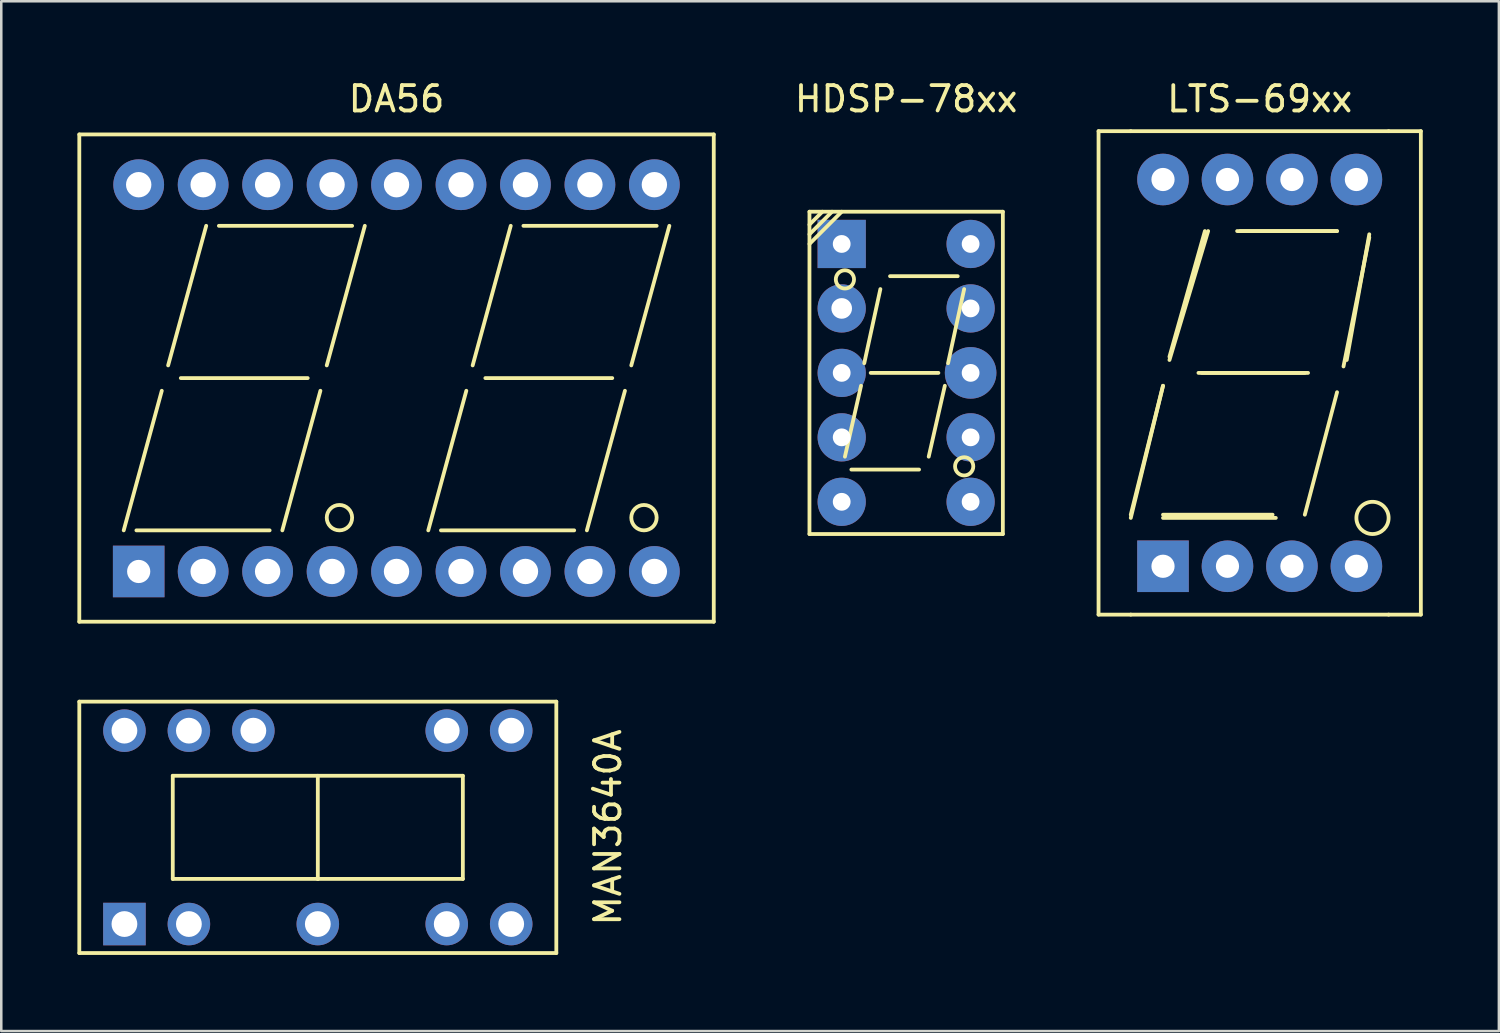
<source format=kicad_pcb>
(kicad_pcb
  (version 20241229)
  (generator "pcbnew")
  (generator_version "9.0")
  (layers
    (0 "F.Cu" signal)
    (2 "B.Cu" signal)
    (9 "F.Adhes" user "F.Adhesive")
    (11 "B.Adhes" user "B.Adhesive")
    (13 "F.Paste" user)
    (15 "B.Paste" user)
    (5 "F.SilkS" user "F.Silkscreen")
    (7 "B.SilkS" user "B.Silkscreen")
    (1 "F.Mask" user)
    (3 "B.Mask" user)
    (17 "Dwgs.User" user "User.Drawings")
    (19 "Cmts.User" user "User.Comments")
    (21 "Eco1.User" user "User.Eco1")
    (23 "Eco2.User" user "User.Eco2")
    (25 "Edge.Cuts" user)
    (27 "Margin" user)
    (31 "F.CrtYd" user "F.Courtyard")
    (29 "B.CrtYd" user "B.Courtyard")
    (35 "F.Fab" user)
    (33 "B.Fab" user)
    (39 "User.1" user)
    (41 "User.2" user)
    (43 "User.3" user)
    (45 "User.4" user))
  (footprint "MAN3640A"
    (layer "F.Cu")
    (at 9.473 29.551)
    (property "Reference" "MAN3640A" (at 11.43 0 90) (layer "F.SilkS") (effects (font (size 1 1) (thickness 0.15))))
    (attr through_hole)
    (fp_line (start -9.398 -4.953) (end -9.398 4.953) (stroke (width 0.15) (type solid)) (layer "F.SilkS"))
    (fp_line (start -9.398 4.953) (end 9.398 4.953) (stroke (width 0.15) (type solid)) (layer "F.SilkS"))
    (fp_line (start -5.715 -2.032) (end 5.715 -2.032) (stroke (width 0.15) (type solid)) (layer "F.SilkS"))
    (fp_line (start -5.715 2.032) (end -5.715 -2.032) (stroke (width 0.15) (type solid)) (layer "F.SilkS"))
    (fp_line (start 0 2.032) (end -5.715 2.032) (stroke (width 0.15) (type solid)) (layer "F.SilkS"))
    (fp_line (start 0 2.032) (end 0 -2.032) (stroke (width 0.15) (type solid)) (layer "F.SilkS"))
    (fp_line (start 5.715 -2.032) (end 5.715 2.032) (stroke (width 0.15) (type solid)) (layer "F.SilkS"))
    (fp_line (start 5.715 2.032) (end 0 2.032) (stroke (width 0.15) (type solid)) (layer "F.SilkS"))
    (fp_line (start 9.398 -4.953) (end -9.398 -4.953) (stroke (width 0.15) (type solid)) (layer "F.SilkS"))
    (fp_line (start 9.398 4.953) (end 9.398 -4.953) (stroke (width 0.15) (type solid)) (layer "F.SilkS"))
    (pad "1" thru_hole rect (at -7.62 3.81) (size 1.676 1.676) (drill 1.016) (layers "*.Cu" "*.Mask"))
    (pad "2" thru_hole circle (at -5.08 3.81) (size 1.676 1.676) (drill 1.016) (layers "*.Cu" "*.Mask"))
    (pad "4" thru_hole circle (at 0 3.81) (size 1.676 1.676) (drill 1.016) (layers "*.Cu" "*.Mask"))
    (pad "6" thru_hole circle (at 5.08 3.81) (size 1.676 1.676) (drill 1.016) (layers "*.Cu" "*.Mask"))
    (pad "7" thru_hole circle (at 7.62 3.81) (size 1.676 1.676) (drill 1.016) (layers "*.Cu" "*.Mask"))
    (pad "8" thru_hole circle (at 7.62 -3.81) (size 1.676 1.676) (drill 1.016) (layers "*.Cu" "*.Mask"))
    (pad "9" thru_hole circle (at 5.08 -3.81) (size 1.676 1.676) (drill 1.016) (layers "*.Cu" "*.Mask"))
    (pad "12" thru_hole circle (at -2.54 -3.81) (size 1.676 1.676) (drill 1.016) (layers "*.Cu" "*.Mask"))
    (pad "13" thru_hole circle (at -5.08 -3.81) (size 1.676 1.676) (drill 1.016) (layers "*.Cu" "*.Mask"))
    (pad "14" thru_hole circle (at -7.62 -3.81) (size 1.676 1.676) (drill 1.016) (layers "*.Cu" "*.Mask")))
  (footprint "LTS-69xx"
    (layer "F.Cu")
    (at 46.587 11.643)
    (property "Reference" "LTS-69xx" (at 0 -10.795 0) (layer "F.SilkS") (effects (font (size 1 1) (thickness 0.15))))
    (attr through_hole)
    (fp_line (start -6.35 -9.525) (end -6.35 9.525) (stroke (width 0.15) (type solid)) (layer "F.SilkS"))
    (fp_line (start -6.35 9.525) (end -5.08 9.525) (stroke (width 0.15) (type solid)) (layer "F.SilkS"))
    (fp_line (start -5.08 -9.525) (end -6.35 -9.525) (stroke (width 0.15) (type solid)) (layer "F.SilkS"))
    (fp_line (start -5.08 9.525) (end 5.08 9.525) (stroke (width 0.15) (type solid)) (layer "F.SilkS"))
    (fp_line (start -3.81 0.508) (end -5.08 5.588) (stroke (width 0.15) (type solid)) (layer "F.SilkS"))
    (fp_line (start -3.81 0.508) (end -5.08 5.715) (stroke (width 0.15) (type solid)) (layer "F.SilkS"))
    (fp_line (start -3.81 5.588) (end 0.508 5.588) (stroke (width 0.15) (type solid)) (layer "F.SilkS"))
    (fp_line (start -3.81 5.715) (end 0.635 5.715) (stroke (width 0.15) (type solid)) (layer "F.SilkS"))
    (fp_line (start -3.556 -0.635) (end -2.159 -5.588) (stroke (width 0.15) (type solid)) (layer "F.SilkS"))
    (fp_line (start -2.413 0) (end 1.905 0) (stroke (width 0.15) (type solid)) (layer "F.SilkS"))
    (fp_line (start -2.286 0) (end 1.778 0) (stroke (width 0.15) (type solid)) (layer "F.SilkS"))
    (fp_line (start -2.032 -5.588) (end -3.556 -0.508) (stroke (width 0.15) (type solid)) (layer "F.SilkS"))
    (fp_line (start -0.889 -5.588) (end 3.048 -5.588) (stroke (width 0.15) (type solid)) (layer "F.SilkS"))
    (fp_line (start -0.762 -5.588) (end 3.048 -5.588) (stroke (width 0.15) (type solid)) (layer "F.SilkS"))
    (fp_line (start 3.048 0.762) (end 1.778 5.588) (stroke (width 0.15) (type solid)) (layer "F.SilkS"))
    (fp_line (start 3.429 -0.508) (end 4.318 -5.461) (stroke (width 0.15) (type solid)) (layer "F.SilkS"))
    (fp_line (start 4.318 -5.334) (end 3.302 -0.254) (stroke (width 0.15) (type solid)) (layer "F.SilkS"))
    (fp_line (start 5.08 -9.525) (end -5.08 -9.525) (stroke (width 0.15) (type solid)) (layer "F.SilkS"))
    (fp_line (start 5.08 9.525) (end 6.35 9.525) (stroke (width 0.15) (type solid)) (layer "F.SilkS"))
    (fp_line (start 6.35 -9.525) (end 5.08 -9.525) (stroke (width 0.15) (type solid)) (layer "F.SilkS"))
    (fp_line (start 6.35 9.525) (end 6.35 -9.525) (stroke (width 0.15) (type solid)) (layer "F.SilkS"))
    (fp_circle (center 4.445 5.715) (end 5.08 5.715) (stroke (width 0.15) (type solid)) (fill no) (layer "F.SilkS"))
    (pad "1" thru_hole rect (at -3.81 7.62) (size 2.032 2.032) (drill 0.914) (layers "*.Cu" "*.Mask"))
    (pad "2" thru_hole circle (at -1.27 7.62) (size 2.032 2.032) (drill 0.914) (layers "*.Cu" "*.Mask"))
    (pad "3" thru_hole circle (at 1.27 7.62) (size 2.032 2.032) (drill 0.914) (layers "*.Cu" "*.Mask"))
    (pad "4" thru_hole circle (at 3.81 7.62) (size 2.032 2.032) (drill 0.914) (layers "*.Cu" "*.Mask"))
    (pad "5" thru_hole circle (at 3.81 -7.62) (size 2.032 2.032) (drill 0.914) (layers "*.Cu" "*.Mask"))
    (pad "6" thru_hole circle (at 1.27 -7.62) (size 2.032 2.032) (drill 0.914) (layers "*.Cu" "*.Mask"))
    (pad "7" thru_hole circle (at -1.27 -7.62) (size 2.032 2.032) (drill 0.914) (layers "*.Cu" "*.Mask"))
    (pad "8" thru_hole circle (at -3.81 -7.62) (size 2.032 2.032) (drill 0.914) (layers "*.Cu" "*.Mask")))
  (footprint "HDSP-78xx"
    (layer "F.Cu")
    (at 32.656 11.643)
    (property "Reference" "HDSP-78xx" (at 0 -10.795 0) (layer "F.SilkS") (effects (font (size 1 1) (thickness 0.15))))
    (attr through_hole)
    (fp_line (start -3.81 -6.35) (end -3.81 6.35) (stroke (width 0.15) (type solid)) (layer "F.SilkS"))
    (fp_line (start -3.81 -5.842) (end -3.302 -6.35) (stroke (width 0.15) (type solid)) (layer "F.SilkS"))
    (fp_line (start -3.81 -5.461) (end -2.921 -6.35) (stroke (width 0.15) (type solid)) (layer "F.SilkS"))
    (fp_line (start -3.81 -5.08) (end -2.54 -6.35) (stroke (width 0.15) (type solid)) (layer "F.SilkS"))
    (fp_line (start -3.81 6.35) (end 3.81 6.35) (stroke (width 0.15) (type solid)) (layer "F.SilkS"))
    (fp_line (start -2.413 3.302) (end -1.778 0.508) (stroke (width 0.15) (type solid)) (layer "F.SilkS"))
    (fp_line (start -2.159 3.81) (end 0.508 3.81) (stroke (width 0.15) (type solid)) (layer "F.SilkS"))
    (fp_line (start -1.651 -0.381) (end -1.016 -3.302) (stroke (width 0.15) (type solid)) (layer "F.SilkS"))
    (fp_line (start -1.397 0) (end 1.27 0) (stroke (width 0.15) (type solid)) (layer "F.SilkS"))
    (fp_line (start -0.635 -3.81) (end 2.032 -3.81) (stroke (width 0.15) (type solid)) (layer "F.SilkS"))
    (fp_line (start 0.889 3.302) (end 1.524 0.508) (stroke (width 0.15) (type solid)) (layer "F.SilkS"))
    (fp_line (start 1.651 -0.381) (end 2.286 -3.302) (stroke (width 0.15) (type solid)) (layer "F.SilkS"))
    (fp_line (start 3.81 -6.35) (end -3.81 -6.35) (stroke (width 0.15) (type solid)) (layer "F.SilkS"))
    (fp_line (start 3.81 6.35) (end 3.81 -6.35) (stroke (width 0.15) (type solid)) (layer "F.SilkS"))
    (fp_circle (center -2.413 -3.683) (end -2.159 -3.429) (stroke (width 0.15) (type solid)) (fill no) (layer "F.SilkS"))
    (fp_circle (center 2.286 3.683) (end 2.54 3.937) (stroke (width 0.15) (type solid)) (fill no) (layer "F.SilkS"))
    (pad "" thru_hole circle (at -2.54 -2.54) (size 1.397 1.397) (drill 0.813) (layers "*.Cu" "*.Mask"))
    (pad "1" thru_hole rect (at -2.54 -5.08) (size 1.9 1.9) (drill 0.701) (layers "*.Cu" "*.Mask"))
    (pad "2" thru_hole circle (at -2.54 -2.54) (size 1.9 1.9) (drill 0.701) (layers "*.Cu" "*.Mask"))
    (pad "3" thru_hole circle (at -2.54 0) (size 1.9 1.9) (drill 0.701) (layers "*.Cu" "*.Mask"))
    (pad "4" thru_hole circle (at -2.54 2.54) (size 1.9 1.9) (drill 0.701) (layers "*.Cu" "*.Mask"))
    (pad "5" thru_hole circle (at -2.54 5.08) (size 1.9 1.9) (drill 0.701) (layers "*.Cu" "*.Mask"))
    (pad "6" thru_hole circle (at 2.54 5.08) (size 1.9 1.9) (drill 0.701) (layers "*.Cu" "*.Mask"))
    (pad "7" thru_hole circle (at 2.54 2.54) (size 1.9 1.9) (drill 0.701) (layers "*.Cu" "*.Mask"))
    (pad "8" thru_hole circle (at 2.54 0) (size 2.032 2.032) (drill 0.701) (layers "*.Cu" "*.Mask"))
    (pad "9" thru_hole circle (at 2.54 -2.54) (size 1.9 1.9) (drill 0.701) (layers "*.Cu" "*.Mask"))
    (pad "10" thru_hole circle (at 2.54 -5.08) (size 1.9 1.9) (drill 0.701) (layers "*.Cu" "*.Mask")))
  (footprint "DA56"
    (layer "F.Cu")
    (at 12.575 11.848)
    (property "Reference" "DA56" (at 0 -11 0) (layer "F.SilkS") (effects (font (size 1 1) (thickness 0.15))))
    (attr through_hole)
    (fp_line (start -12.5 -9.6) (end 12.5 -9.6) (stroke (width 0.15) (type solid)) (layer "F.SilkS"))
    (fp_line (start -12.5 9.6) (end -12.5 -9.6) (stroke (width 0.15) (type solid)) (layer "F.SilkS"))
    (fp_line (start -10.75 6) (end -9.25 0.5) (stroke (width 0.15) (type solid)) (layer "F.SilkS"))
    (fp_line (start -10.25 6) (end -5 6) (stroke (width 0.15) (type solid)) (layer "F.SilkS"))
    (fp_line (start -9 -0.5) (end -7.5 -6) (stroke (width 0.15) (type solid)) (layer "F.SilkS"))
    (fp_line (start -8.5 0) (end -3.5 0) (stroke (width 0.15) (type solid)) (layer "F.SilkS"))
    (fp_line (start -7 -6) (end -1.75 -6) (stroke (width 0.15) (type solid)) (layer "F.SilkS"))
    (fp_line (start -4.5 6) (end -3 0.5) (stroke (width 0.15) (type solid)) (layer "F.SilkS"))
    (fp_line (start -2.75 -0.5) (end -1.25 -6) (stroke (width 0.15) (type solid)) (layer "F.SilkS"))
    (fp_line (start 1.25 6) (end 2.75 0.5) (stroke (width 0.15) (type solid)) (layer "F.SilkS"))
    (fp_line (start 1.75 6) (end 7 6) (stroke (width 0.15) (type solid)) (layer "F.SilkS"))
    (fp_line (start 3 -0.5) (end 4.5 -6) (stroke (width 0.15) (type solid)) (layer "F.SilkS"))
    (fp_line (start 3.5 0) (end 8.5 0) (stroke (width 0.15) (type solid)) (layer "F.SilkS"))
    (fp_line (start 5 -6) (end 10.25 -6) (stroke (width 0.15) (type solid)) (layer "F.SilkS"))
    (fp_line (start 7.5 6) (end 9 0.5) (stroke (width 0.15) (type solid)) (layer "F.SilkS"))
    (fp_line (start 9.25 -0.5) (end 10.75 -6) (stroke (width 0.15) (type solid)) (layer "F.SilkS"))
    (fp_line (start 12.5 -9.6) (end 12.5 9.6) (stroke (width 0.15) (type solid)) (layer "F.SilkS"))
    (fp_line (start 12.5 9.6) (end -12.5 9.6) (stroke (width 0.15) (type solid)) (layer "F.SilkS"))
    (fp_circle (center -2.25 5.5) (end -2.25 6) (stroke (width 0.15) (type solid)) (fill no) (layer "F.SilkS"))
    (fp_circle (center 9.75 5.5) (end 9.75 6) (stroke (width 0.15) (type solid)) (fill no) (layer "F.SilkS"))
    (pad "1" thru_hole rect (at -10.16 7.62) (size 2.032 2.032) (drill 0.914) (layers "*.Cu" "*.Mask"))
    (pad "2" thru_hole circle (at -7.62 7.62) (size 2 2) (drill 1) (layers "*.Cu" "*.Mask"))
    (pad "3" thru_hole circle (at -5.08 7.62) (size 2 2) (drill 1) (layers "*.Cu" "*.Mask"))
    (pad "4" thru_hole circle (at -2.54 7.62) (size 2 2) (drill 1) (layers "*.Cu" "*.Mask"))
    (pad "5" thru_hole circle (at 0 7.62) (size 2 2) (drill 1) (layers "*.Cu" "*.Mask"))
    (pad "6" thru_hole circle (at 2.54 7.62) (size 2 2) (drill 1) (layers "*.Cu" "*.Mask"))
    (pad "7" thru_hole circle (at 5.08 7.62) (size 2 2) (drill 1) (layers "*.Cu" "*.Mask"))
    (pad "8" thru_hole circle (at 7.62 7.62) (size 2 2) (drill 1) (layers "*.Cu" "*.Mask"))
    (pad "9" thru_hole circle (at 10.16 7.62) (size 2 2) (drill 1) (layers "*.Cu" "*.Mask"))
    (pad "10" thru_hole circle (at 10.16 -7.62) (size 2 2) (drill 1) (layers "*.Cu" "*.Mask"))
    (pad "11" thru_hole circle (at 7.62 -7.62) (size 2 2) (drill 1) (layers "*.Cu" "*.Mask"))
    (pad "12" thru_hole circle (at 5.08 -7.62) (size 2 2) (drill 1) (layers "*.Cu" "*.Mask"))
    (pad "13" thru_hole circle (at 2.54 -7.62) (size 2 2) (drill 1) (layers "*.Cu" "*.Mask"))
    (pad "14" thru_hole circle (at 0 -7.62) (size 2 2) (drill 1) (layers "*.Cu" "*.Mask"))
    (pad "15" thru_hole circle (at -2.54 -7.62) (size 2 2) (drill 1) (layers "*.Cu" "*.Mask"))
    (pad "16" thru_hole circle (at -5.08 -7.62) (size 2 2) (drill 1) (layers "*.Cu" "*.Mask"))
    (pad "17" thru_hole circle (at -7.62 -7.62) (size 2 2) (drill 1) (layers "*.Cu" "*.Mask"))
    (pad "18" thru_hole circle (at -10.16 -7.62) (size 2 2) (drill 1) (layers "*.Cu" "*.Mask")))
  (gr_rect
    (start -3 -3)
    (end 56.012 37.579)
    (stroke (width 0.1) (type default))
    (fill no)
    (layer "Edge.Cuts")))
</source>
